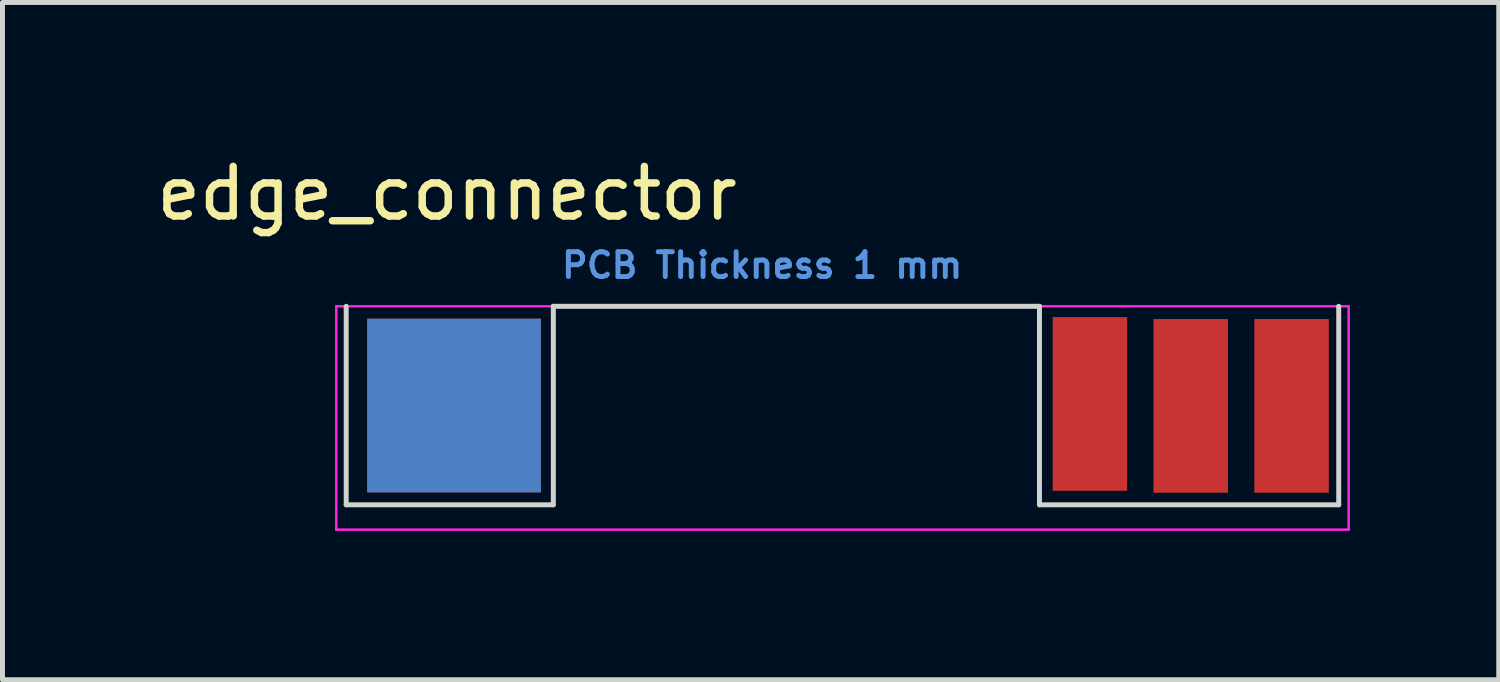
<source format=kicad_pcb>
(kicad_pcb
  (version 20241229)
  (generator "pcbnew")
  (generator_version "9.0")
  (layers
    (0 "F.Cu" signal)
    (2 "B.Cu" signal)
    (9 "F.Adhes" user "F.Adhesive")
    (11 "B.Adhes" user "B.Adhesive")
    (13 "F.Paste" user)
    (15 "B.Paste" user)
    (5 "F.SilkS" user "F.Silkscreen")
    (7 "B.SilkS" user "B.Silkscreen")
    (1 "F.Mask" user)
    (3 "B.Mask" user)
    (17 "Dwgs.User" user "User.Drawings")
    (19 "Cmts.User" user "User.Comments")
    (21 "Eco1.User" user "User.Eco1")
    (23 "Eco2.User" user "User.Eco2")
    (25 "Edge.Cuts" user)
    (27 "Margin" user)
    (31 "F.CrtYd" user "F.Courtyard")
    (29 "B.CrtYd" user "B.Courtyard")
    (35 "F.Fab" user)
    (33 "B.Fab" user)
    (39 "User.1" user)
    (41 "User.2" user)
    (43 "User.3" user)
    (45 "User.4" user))
  (footprint "edge_connector"
    (layer "F.Cu")
    (at 3.926 7.122)
    (property "Reference" "edge_connector" (at 2.032 -6.274 0) (layer "F.SilkS") (effects (font (size 1 1) (thickness 0.15))))
    (attr exclude_from_pos_files exclude_from_bom)
    (fp_line (start 0 -4) (end 0 0) (stroke (width 0.1) (type solid)) (layer "Edge.Cuts"))
    (fp_line (start 0 0) (end 4.174 0) (stroke (width 0.1) (type solid)) (layer "Edge.Cuts"))
    (fp_line (start 4.174 -4) (end 4.174 0) (stroke (width 0.1) (type solid)) (layer "Edge.Cuts"))
    (fp_line (start 4.174 -4) (end 13.97 -4) (stroke (width 0.1) (type solid)) (layer "Edge.Cuts"))
    (fp_line (start 13.97 -4) (end 13.97 0) (stroke (width 0.1) (type solid)) (layer "Edge.Cuts"))
    (fp_line (start 13.97 0) (end 20 0) (stroke (width 0.1) (type solid)) (layer "Edge.Cuts"))
    (fp_line (start 20 -4) (end 20 0) (stroke (width 0.1) (type solid)) (layer "Edge.Cuts"))
    (fp_line (start -0.2 -4) (end -0.2 0.5) (stroke (width 0.05) (type solid)) (layer "F.CrtYd"))
    (fp_line (start -0.2 -4) (end 20.2 -4) (stroke (width 0.05) (type solid)) (layer "F.CrtYd"))
    (fp_line (start 20.2 0.5) (end -0.2 0.5) (stroke (width 0.05) (type solid)) (layer "F.CrtYd"))
    (fp_line (start 20.2 0.5) (end 20.2 -4) (stroke (width 0.05) (type solid)) (layer "F.CrtYd"))
    (fp_text user "PCB Thickness 1 mm" (at 8.382 -4.826 180) (layer "Cmts.User") (effects (font (size 0.5 0.5) (thickness 0.1))))
    (pad "1" connect rect (at 2.174 -2) (size 3.5 3.5) (layers "F.Cu" "F.Mask"))
    (pad "2" connect rect (at 2.174 -2) (size 3.5 3.5) (layers "B.Cu" "B.Mask"))
    (pad "3" connect rect (at 14.986 -2.032) (size 1.5 3.5) (layers "F.Cu" "F.Mask"))
    (pad "4" connect rect (at 17.018 -1.993) (size 1.5 3.5) (layers "F.Cu" "F.Mask"))
    (pad "5" connect rect (at 19.05 -1.993) (size 1.5 3.5) (layers "F.Cu" "F.Mask")))
  (gr_rect
    (start -3 -3)
    (end 27.151 10.647)
    (stroke (width 0.1) (type default))
    (fill no)
    (layer "Edge.Cuts")))
</source>
